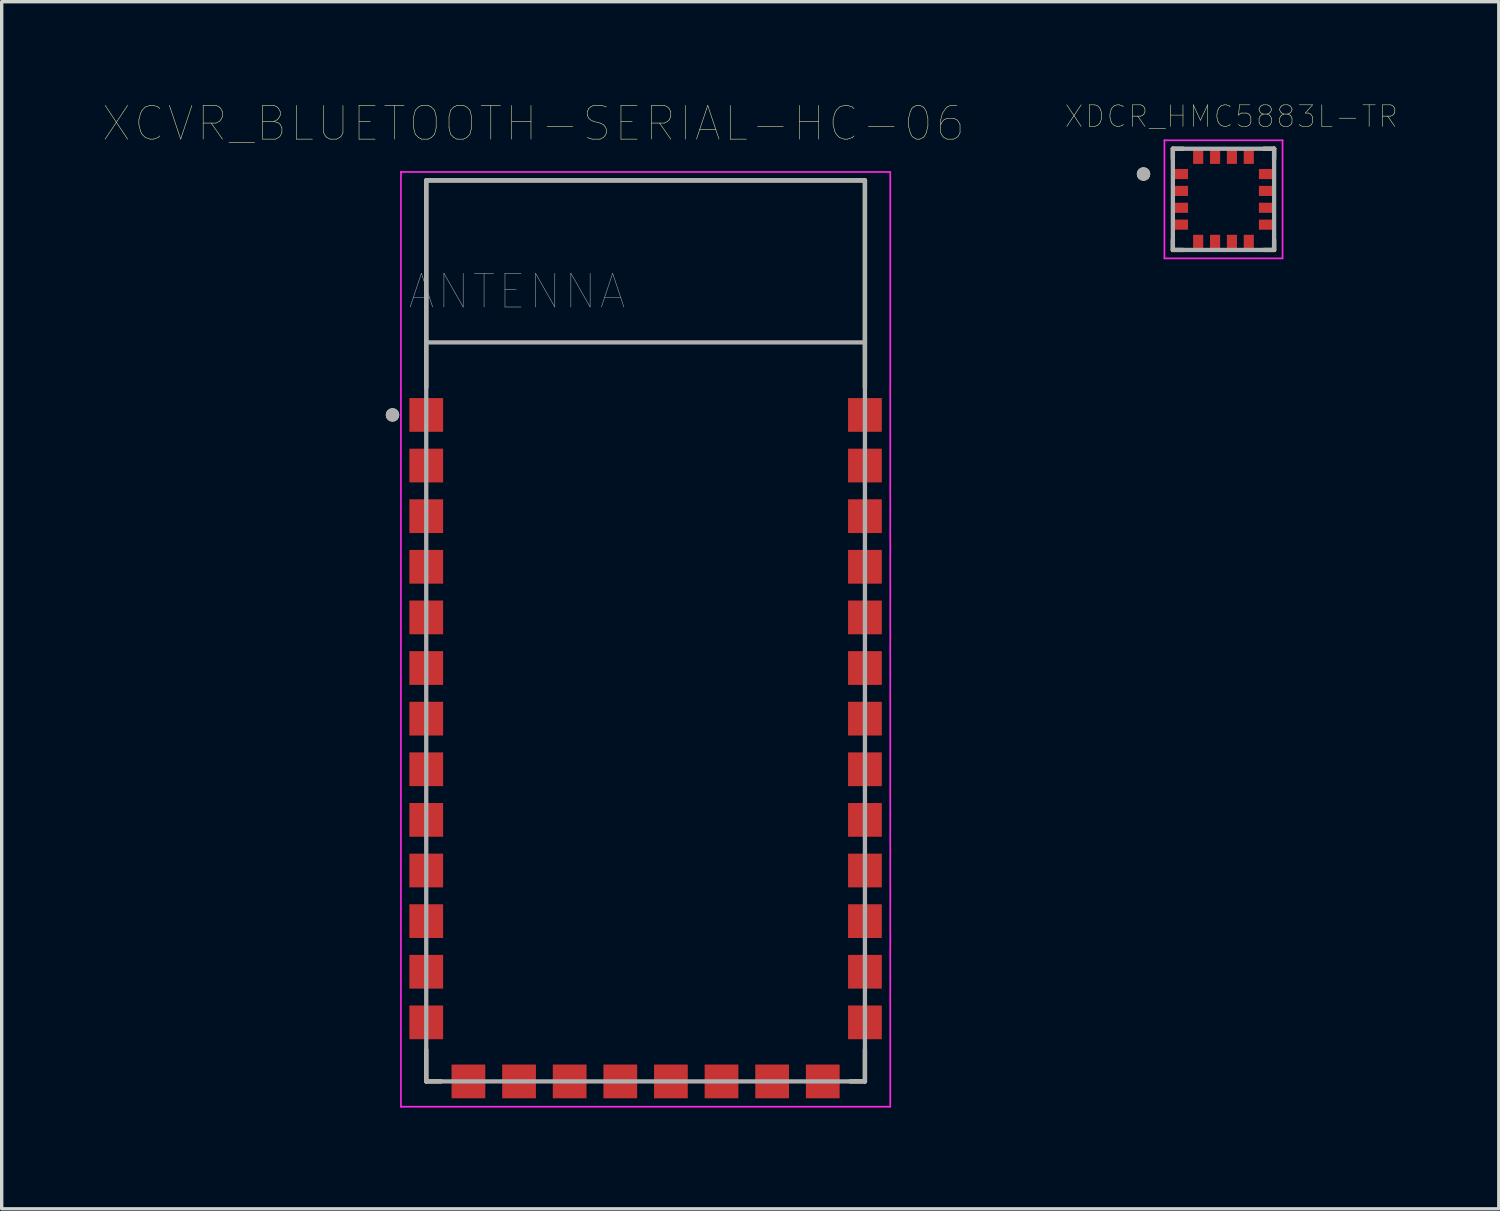
<source format=kicad_pcb>
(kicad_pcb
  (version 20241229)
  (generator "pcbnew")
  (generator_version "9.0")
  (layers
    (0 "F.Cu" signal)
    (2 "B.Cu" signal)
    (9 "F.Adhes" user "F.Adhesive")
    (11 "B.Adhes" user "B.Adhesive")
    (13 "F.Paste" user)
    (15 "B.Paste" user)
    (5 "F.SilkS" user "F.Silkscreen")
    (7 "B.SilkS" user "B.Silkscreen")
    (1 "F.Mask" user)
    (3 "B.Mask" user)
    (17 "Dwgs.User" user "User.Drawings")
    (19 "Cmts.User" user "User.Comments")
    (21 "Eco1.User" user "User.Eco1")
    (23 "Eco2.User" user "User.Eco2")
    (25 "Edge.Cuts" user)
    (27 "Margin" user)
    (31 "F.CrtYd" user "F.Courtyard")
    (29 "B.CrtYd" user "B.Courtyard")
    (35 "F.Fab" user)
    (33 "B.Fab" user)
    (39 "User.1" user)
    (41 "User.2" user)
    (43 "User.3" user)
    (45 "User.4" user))
  (footprint "XCVR_BLUETOOTH-SERIAL-HC-06"
    (layer "F.Cu")
    (at 16.081 15.746)
    (property "Reference" "XCVR_BLUETOOTH-SERIAL-HC-06" (at -3.325 -15.135 0) (layer "F.SilkS") (effects (font (size 1 1) (thickness 0.015))))
    (attr through_hole)
    (fp_line (start -6.5 -13.45) (end 6.5 -13.45) (stroke (width 0.127) (type solid)) (layer "F.SilkS"))
    (fp_line (start -6.5 -7.314) (end -6.5 -13.45) (stroke (width 0.127) (type solid)) (layer "F.SilkS"))
    (fp_line (start -6.5 12.313) (end -6.5 13.25) (stroke (width 0.127) (type solid)) (layer "F.SilkS"))
    (fp_line (start -6.5 13.25) (end -6.064 13.25) (stroke (width 0.127) (type solid)) (layer "F.SilkS"))
    (fp_line (start 6.064 13.25) (end 6.5 13.25) (stroke (width 0.127) (type solid)) (layer "F.SilkS"))
    (fp_line (start 6.5 -13.45) (end 6.5 -7.314) (stroke (width 0.127) (type solid)) (layer "F.SilkS"))
    (fp_line (start 6.5 13.25) (end 6.5 12.313) (stroke (width 0.127) (type solid)) (layer "F.SilkS"))
    (fp_circle (center -7.5 -6.5) (end -7.4 -6.5) (stroke (width 0.2) (type solid)) (fill no) (layer "F.SilkS"))
    (fp_line (start -7.25 -13.7) (end 7.25 -13.7) (stroke (width 0.05) (type solid)) (layer "F.CrtYd"))
    (fp_line (start -7.25 14) (end -7.25 -13.7) (stroke (width 0.05) (type solid)) (layer "F.CrtYd"))
    (fp_line (start 7.25 -13.7) (end 7.25 14) (stroke (width 0.05) (type solid)) (layer "F.CrtYd"))
    (fp_line (start 7.25 14) (end -7.25 14) (stroke (width 0.05) (type solid)) (layer "F.CrtYd"))
    (fp_line (start -6.5 -13.45) (end 6.5 -13.45) (stroke (width 0.127) (type solid)) (layer "F.Fab"))
    (fp_line (start -6.5 -8.65) (end -6.5 -13.45) (stroke (width 0.127) (type solid)) (layer "F.Fab"))
    (fp_line (start -6.5 -8.65) (end 6.5 -8.65) (stroke (width 0.127) (type solid)) (layer "F.Fab"))
    (fp_line (start -6.5 13.25) (end -6.5 -8.65) (stroke (width 0.127) (type solid)) (layer "F.Fab"))
    (fp_line (start 6.5 -13.45) (end 6.5 -8.65) (stroke (width 0.127) (type solid)) (layer "F.Fab"))
    (fp_line (start 6.5 -8.65) (end 6.5 13.25) (stroke (width 0.127) (type solid)) (layer "F.Fab"))
    (fp_line (start 6.5 13.25) (end -6.5 13.25) (stroke (width 0.127) (type solid)) (layer "F.Fab"))
    (fp_circle (center -7.5 -6.5) (end -7.4 -6.5) (stroke (width 0.2) (type solid)) (fill no) (layer "F.Fab"))
    (fp_text user "ANTENNA" (at -3.81 -10.16 0) (layer "F.Fab") (effects (font (size 1 1) (thickness 0.015))))
    (pad "1" smd rect (at -6.5 -6.5) (size 1 1) (layers "F.Cu" "F.Mask" "F.Paste"))
    (pad "2" smd rect (at -6.5 -5) (size 1 1) (layers "F.Cu" "F.Mask" "F.Paste"))
    (pad "3" smd rect (at -6.5 -3.5) (size 1 1) (layers "F.Cu" "F.Mask" "F.Paste"))
    (pad "4" smd rect (at -6.5 -2) (size 1 1) (layers "F.Cu" "F.Mask" "F.Paste"))
    (pad "5" smd rect (at -6.5 -0.5) (size 1 1) (layers "F.Cu" "F.Mask" "F.Paste"))
    (pad "6" smd rect (at -6.5 1) (size 1 1) (layers "F.Cu" "F.Mask" "F.Paste"))
    (pad "7" smd rect (at -6.5 2.5) (size 1 1) (layers "F.Cu" "F.Mask" "F.Paste"))
    (pad "8" smd rect (at -6.5 4) (size 1 1) (layers "F.Cu" "F.Mask" "F.Paste"))
    (pad "9" smd rect (at -6.5 5.5) (size 1 1) (layers "F.Cu" "F.Mask" "F.Paste"))
    (pad "10" smd rect (at -6.5 7) (size 1 1) (layers "F.Cu" "F.Mask" "F.Paste"))
    (pad "11" smd rect (at -6.5 8.5) (size 1 1) (layers "F.Cu" "F.Mask" "F.Paste"))
    (pad "12" smd rect (at -6.5 10) (size 1 1) (layers "F.Cu" "F.Mask" "F.Paste"))
    (pad "13" smd rect (at -6.5 11.5) (size 1 1) (layers "F.Cu" "F.Mask" "F.Paste"))
    (pad "14" smd rect (at -5.25 13.25) (size 1 1) (layers "F.Cu" "F.Mask" "F.Paste"))
    (pad "15" smd rect (at -3.75 13.25) (size 1 1) (layers "F.Cu" "F.Mask" "F.Paste"))
    (pad "16" smd rect (at -2.25 13.25) (size 1 1) (layers "F.Cu" "F.Mask" "F.Paste"))
    (pad "17" smd rect (at -0.75 13.25) (size 1 1) (layers "F.Cu" "F.Mask" "F.Paste"))
    (pad "18" smd rect (at 0.75 13.25) (size 1 1) (layers "F.Cu" "F.Mask" "F.Paste"))
    (pad "19" smd rect (at 2.25 13.25) (size 1 1) (layers "F.Cu" "F.Mask" "F.Paste"))
    (pad "20" smd rect (at 3.75 13.25) (size 1 1) (layers "F.Cu" "F.Mask" "F.Paste"))
    (pad "21" smd rect (at 5.25 13.25) (size 1 1) (layers "F.Cu" "F.Mask" "F.Paste"))
    (pad "22" smd rect (at 6.5 11.5) (size 1 1) (layers "F.Cu" "F.Mask" "F.Paste"))
    (pad "23" smd rect (at 6.5 10) (size 1 1) (layers "F.Cu" "F.Mask" "F.Paste"))
    (pad "24" smd rect (at 6.5 8.5) (size 1 1) (layers "F.Cu" "F.Mask" "F.Paste"))
    (pad "25" smd rect (at 6.5 7) (size 1 1) (layers "F.Cu" "F.Mask" "F.Paste"))
    (pad "26" smd rect (at 6.5 5.5) (size 1 1) (layers "F.Cu" "F.Mask" "F.Paste"))
    (pad "27" smd rect (at 6.5 4) (size 1 1) (layers "F.Cu" "F.Mask" "F.Paste"))
    (pad "28" smd rect (at 6.5 2.5) (size 1 1) (layers "F.Cu" "F.Mask" "F.Paste"))
    (pad "29" smd rect (at 6.5 1) (size 1 1) (layers "F.Cu" "F.Mask" "F.Paste"))
    (pad "30" smd rect (at 6.5 -0.5) (size 1 1) (layers "F.Cu" "F.Mask" "F.Paste"))
    (pad "31" smd rect (at 6.5 -2) (size 1 1) (layers "F.Cu" "F.Mask" "F.Paste"))
    (pad "32" smd rect (at 6.5 -3.5) (size 1 1) (layers "F.Cu" "F.Mask" "F.Paste"))
    (pad "33" smd rect (at 6.5 -5) (size 1 1) (layers "F.Cu" "F.Mask" "F.Paste"))
    (pad "34" smd rect (at 6.5 -6.5) (size 1 1) (layers "F.Cu" "F.Mask" "F.Paste")))
  (footprint "XDCR_HMC5883L-TR"
    (layer "F.Cu")
    (at 33.206 2.857)
    (property "Reference" "XDCR_HMC5883L-TR" (at 0.232 -2.456 0) (layer "F.SilkS") (effects (font (size 0.64 0.64) (thickness 0.015))))
    (attr through_hole)
    (fp_line (start -1.5 -1.5) (end -1.2 -1.5) (stroke (width 0.127) (type solid)) (layer "F.SilkS"))
    (fp_line (start -1.5 -1.2) (end -1.5 -1.5) (stroke (width 0.127) (type solid)) (layer "F.SilkS"))
    (fp_line (start -1.5 1.5) (end -1.5 1.2) (stroke (width 0.127) (type solid)) (layer "F.SilkS"))
    (fp_line (start -1.2 1.5) (end -1.5 1.5) (stroke (width 0.127) (type solid)) (layer "F.SilkS"))
    (fp_line (start 1.2 -1.5) (end 1.5 -1.5) (stroke (width 0.127) (type solid)) (layer "F.SilkS"))
    (fp_line (start 1.5 -1.5) (end 1.5 -1.2) (stroke (width 0.127) (type solid)) (layer "F.SilkS"))
    (fp_line (start 1.5 1.2) (end 1.5 1.5) (stroke (width 0.127) (type solid)) (layer "F.SilkS"))
    (fp_line (start 1.5 1.5) (end 1.2 1.5) (stroke (width 0.127) (type solid)) (layer "F.SilkS"))
    (fp_circle (center -2.37 -0.75) (end -2.27 -0.75) (stroke (width 0.2) (type solid)) (fill no) (layer "F.SilkS"))
    (fp_line (start -1.75 -1.75) (end 1.75 -1.75) (stroke (width 0.05) (type solid)) (layer "F.CrtYd"))
    (fp_line (start -1.75 1.75) (end -1.75 -1.75) (stroke (width 0.05) (type solid)) (layer "F.CrtYd"))
    (fp_line (start 1.75 -1.75) (end 1.75 1.75) (stroke (width 0.05) (type solid)) (layer "F.CrtYd"))
    (fp_line (start 1.75 1.75) (end -1.75 1.75) (stroke (width 0.05) (type solid)) (layer "F.CrtYd"))
    (fp_line (start -1.5 -1.5) (end 1.5 -1.5) (stroke (width 0.127) (type solid)) (layer "F.Fab"))
    (fp_line (start -1.5 1.5) (end -1.5 -1.5) (stroke (width 0.127) (type solid)) (layer "F.Fab"))
    (fp_line (start 1.5 -1.5) (end 1.5 1.5) (stroke (width 0.127) (type solid)) (layer "F.Fab"))
    (fp_line (start 1.5 1.5) (end -1.5 1.5) (stroke (width 0.127) (type solid)) (layer "F.Fab"))
    (fp_circle (center -2.37 -0.75) (end -2.27 -0.75) (stroke (width 0.2) (type solid)) (fill no) (layer "F.Fab"))
    (pad "1" smd rect (at -1.275 -0.75) (size 0.45 0.3) (layers "F.Cu" "F.Mask" "F.Paste"))
    (pad "2" smd rect (at -1.275 -0.25) (size 0.45 0.3) (layers "F.Cu" "F.Mask" "F.Paste"))
    (pad "3" smd rect (at -1.275 0.25) (size 0.45 0.3) (layers "F.Cu" "F.Mask" "F.Paste"))
    (pad "4" smd rect (at -1.275 0.75) (size 0.45 0.3) (layers "F.Cu" "F.Mask" "F.Paste"))
    (pad "5" smd rect (at -0.75 1.275) (size 0.3 0.45) (layers "F.Cu" "F.Mask" "F.Paste"))
    (pad "6" smd rect (at -0.25 1.275) (size 0.3 0.45) (layers "F.Cu" "F.Mask" "F.Paste"))
    (pad "7" smd rect (at 0.25 1.275) (size 0.3 0.45) (layers "F.Cu" "F.Mask" "F.Paste"))
    (pad "8" smd rect (at 0.75 1.275) (size 0.3 0.45) (layers "F.Cu" "F.Mask" "F.Paste"))
    (pad "9" smd rect (at 1.275 0.75) (size 0.45 0.3) (layers "F.Cu" "F.Mask" "F.Paste"))
    (pad "10" smd rect (at 1.275 0.25) (size 0.45 0.3) (layers "F.Cu" "F.Mask" "F.Paste"))
    (pad "11" smd rect (at 1.275 -0.25) (size 0.45 0.3) (layers "F.Cu" "F.Mask" "F.Paste"))
    (pad "12" smd rect (at 1.275 -0.75) (size 0.45 0.3) (layers "F.Cu" "F.Mask" "F.Paste"))
    (pad "13" smd rect (at 0.75 -1.275) (size 0.3 0.45) (layers "F.Cu" "F.Mask" "F.Paste"))
    (pad "14" smd rect (at 0.25 -1.275) (size 0.3 0.45) (layers "F.Cu" "F.Mask" "F.Paste"))
    (pad "15" smd rect (at -0.25 -1.275) (size 0.3 0.45) (layers "F.Cu" "F.Mask" "F.Paste"))
    (pad "16" smd rect (at -0.75 -1.275) (size 0.3 0.45) (layers "F.Cu" "F.Mask" "F.Paste")))
  (gr_rect
    (start -3 -3)
    (end 41.364 32.771)
    (stroke (width 0.1) (type default))
    (fill no)
    (layer "Edge.Cuts")))
</source>
